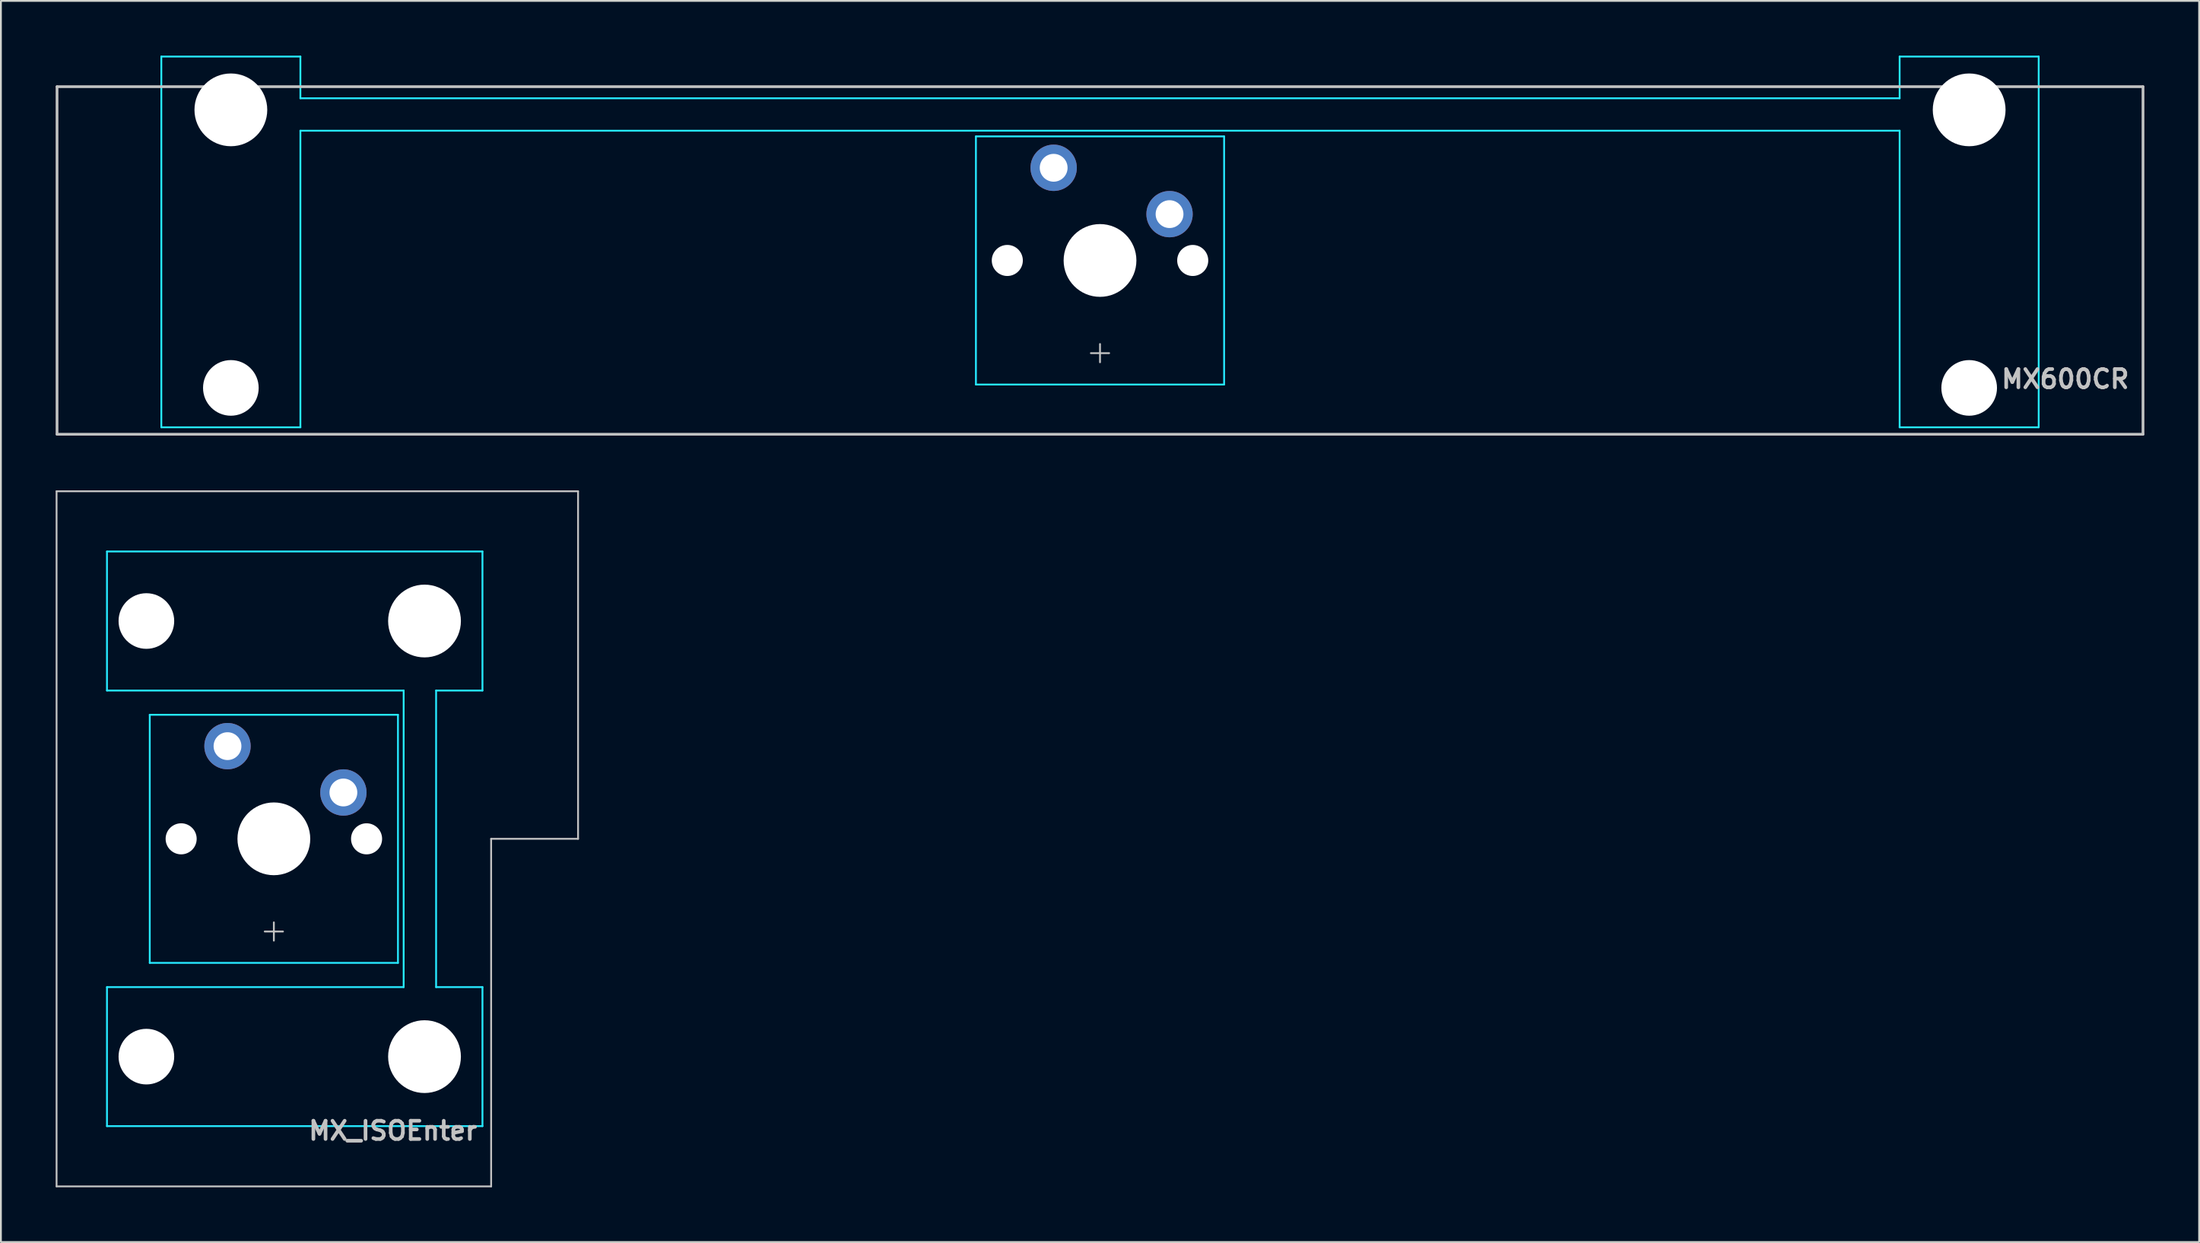
<source format=kicad_pcb>
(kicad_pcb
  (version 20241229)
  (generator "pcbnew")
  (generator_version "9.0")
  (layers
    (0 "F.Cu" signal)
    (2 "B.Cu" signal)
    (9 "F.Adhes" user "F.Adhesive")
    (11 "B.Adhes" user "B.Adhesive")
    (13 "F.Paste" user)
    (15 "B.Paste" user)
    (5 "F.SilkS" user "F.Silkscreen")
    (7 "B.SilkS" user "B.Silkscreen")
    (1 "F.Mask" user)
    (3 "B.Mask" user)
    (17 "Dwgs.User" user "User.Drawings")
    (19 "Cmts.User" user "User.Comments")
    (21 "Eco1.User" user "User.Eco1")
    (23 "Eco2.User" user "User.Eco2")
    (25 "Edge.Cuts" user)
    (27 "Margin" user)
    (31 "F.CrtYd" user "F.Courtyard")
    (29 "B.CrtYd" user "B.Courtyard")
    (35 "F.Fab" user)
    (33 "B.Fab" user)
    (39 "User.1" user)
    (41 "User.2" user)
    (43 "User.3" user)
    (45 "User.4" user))
  (footprint "MX600CR"
    (layer "F.Cu")
    (at 57.225 11.226)
    (property "Reference" "MX600CR" (at 56.5 6.5 0) (layer "Dwgs.User") (effects (font (size 1 1) (thickness 0.2)) (justify right)))
    (attr through_hole)
    (fp_line (start -57.15 -9.525) (end 57.15 -9.525) (stroke (width 0.15) (type solid)) (layer "Dwgs.User"))
    (fp_line (start -57.15 9.525) (end -57.15 -9.525) (stroke (width 0.15) (type solid)) (layer "Dwgs.User"))
    (fp_line (start -57.15 9.525) (end 57.15 9.525) (stroke (width 0.15) (type solid)) (layer "Dwgs.User"))
    (fp_line (start -0.5 5.08) (end 0.5 5.08) (stroke (width 0.1) (type solid)) (layer "Dwgs.User"))
    (fp_line (start 0 5.58) (end 0 4.58) (stroke (width 0.1) (type solid)) (layer "Dwgs.User"))
    (fp_line (start 57.15 -9.525) (end 57.15 9.525) (stroke (width 0.15) (type solid)) (layer "Dwgs.User"))
    (fp_line (start -51.125 -8.515) (end -51.125 5.485) (stroke (width 0.1) (type solid)) (layer "Eco1.User"))
    (fp_line (start -50.625 -9.015) (end -44.625 -9.015) (stroke (width 0.1) (type solid)) (layer "Eco1.User"))
    (fp_line (start -44.625 5.985) (end -50.625 5.985) (stroke (width 0.1) (type solid)) (layer "Eco1.User"))
    (fp_line (start -44.125 5.485) (end -44.125 -8.515) (stroke (width 0.1) (type solid)) (layer "Eco1.User"))
    (fp_line (start -7 -6.5) (end -7 6.5) (stroke (width 0.1) (type solid)) (layer "Eco1.User"))
    (fp_line (start -6.5 7) (end 6.5 7) (stroke (width 0.1) (type solid)) (layer "Eco1.User"))
    (fp_line (start 6.5 -7) (end -6.5 -7) (stroke (width 0.1) (type solid)) (layer "Eco1.User"))
    (fp_line (start 7 6.5) (end 7 -6.5) (stroke (width 0.1) (type solid)) (layer "Eco1.User"))
    (fp_line (start 44.125 -8.515) (end 44.125 5.485) (stroke (width 0.1) (type solid)) (layer "Eco1.User"))
    (fp_line (start 44.625 -9.015) (end 50.625 -9.015) (stroke (width 0.1) (type solid)) (layer "Eco1.User"))
    (fp_line (start 50.625 5.985) (end 44.625 5.985) (stroke (width 0.1) (type solid)) (layer "Eco1.User"))
    (fp_line (start 51.125 5.485) (end 51.125 -8.515) (stroke (width 0.1) (type solid)) (layer "Eco1.User"))
    (fp_arc (start -51.125 -8.515) (mid -50.978553 -8.868553) (end -50.625 -9.015) (stroke (width 0.1) (type solid)) (layer "Eco1.User"))
    (fp_arc (start -50.625 5.985) (mid -50.978553 5.838553) (end -51.125 5.485) (stroke (width 0.1) (type solid)) (layer "Eco1.User"))
    (fp_arc (start -44.625 -9.015) (mid -44.271447 -8.868553) (end -44.125 -8.515) (stroke (width 0.1) (type solid)) (layer "Eco1.User"))
    (fp_arc (start -44.125 5.485) (mid -44.271447 5.838553) (end -44.625 5.985) (stroke (width 0.1) (type solid)) (layer "Eco1.User"))
    (fp_arc (start -7 -6.5) (mid -6.853553 -6.853553) (end -6.5 -7) (stroke (width 0.1) (type solid)) (layer "Eco1.User"))
    (fp_arc (start -6.5 7) (mid -6.853553 6.853553) (end -7 6.5) (stroke (width 0.1) (type solid)) (layer "Eco1.User"))
    (fp_arc (start 6.5 -7) (mid 6.853553 -6.853553) (end 7 -6.5) (stroke (width 0.1) (type solid)) (layer "Eco1.User"))
    (fp_arc (start 7 6.5) (mid 6.853553 6.853553) (end 6.5 7) (stroke (width 0.1) (type solid)) (layer "Eco1.User"))
    (fp_arc (start 44.125 -8.515) (mid 44.271447 -8.868553) (end 44.625 -9.015) (stroke (width 0.1) (type solid)) (layer "Eco1.User"))
    (fp_arc (start 44.625 5.985) (mid 44.271447 5.838553) (end 44.125 5.485) (stroke (width 0.1) (type solid)) (layer "Eco1.User"))
    (fp_arc (start 50.625 -9.015) (mid 50.978553 -8.868553) (end 51.125 -8.515) (stroke (width 0.1) (type solid)) (layer "Eco1.User"))
    (fp_arc (start 51.125 5.485) (mid 50.978553 5.838553) (end 50.625 5.985) (stroke (width 0.1) (type solid)) (layer "Eco1.User"))
    (fp_line (start -51.435 9.144) (end -51.435 -11.176) (stroke (width 0.1) (type solid)) (layer "B.CrtYd"))
    (fp_line (start -43.815 -11.176) (end -51.435 -11.176) (stroke (width 0.1) (type solid)) (layer "B.CrtYd"))
    (fp_line (start -43.815 -8.89) (end -43.815 -11.176) (stroke (width 0.1) (type solid)) (layer "B.CrtYd"))
    (fp_line (start -43.815 -7.112) (end -43.815 9.144) (stroke (width 0.1) (type solid)) (layer "B.CrtYd"))
    (fp_line (start -43.815 9.144) (end -51.435 9.144) (stroke (width 0.1) (type solid)) (layer "B.CrtYd"))
    (fp_line (start -6.8 -6.8) (end -6.8 6.8) (stroke (width 0.1) (type solid)) (layer "B.CrtYd"))
    (fp_line (start -6.8 -6.8) (end 6.8 -6.8) (stroke (width 0.1) (type solid)) (layer "B.CrtYd"))
    (fp_line (start -6.8 6.8) (end 6.8 6.8) (stroke (width 0.1) (type solid)) (layer "B.CrtYd"))
    (fp_line (start 6.8 6.8) (end 6.8 -6.8) (stroke (width 0.1) (type solid)) (layer "B.CrtYd"))
    (fp_line (start 43.815 -8.89) (end -43.815 -8.89) (stroke (width 0.1) (type solid)) (layer "B.CrtYd"))
    (fp_line (start 43.815 -8.89) (end 43.815 -11.176) (stroke (width 0.1) (type solid)) (layer "B.CrtYd"))
    (fp_line (start 43.815 -7.112) (end -43.815 -7.112) (stroke (width 0.1) (type solid)) (layer "B.CrtYd"))
    (fp_line (start 43.815 -7.112) (end 43.815 9.144) (stroke (width 0.1) (type solid)) (layer "B.CrtYd"))
    (fp_line (start 51.435 -11.176) (end 43.815 -11.176) (stroke (width 0.1) (type solid)) (layer "B.CrtYd"))
    (fp_line (start 51.435 9.144) (end 43.815 9.144) (stroke (width 0.1) (type solid)) (layer "B.CrtYd"))
    (fp_line (start 51.435 9.144) (end 51.435 -11.176) (stroke (width 0.1) (type solid)) (layer "B.CrtYd"))
    (pad "" np_thru_hole circle (at -47.625 -8.255) (size 3.988 3.988) (drill 3.988) (layers "*.Cu" "*.Mask"))
    (pad "" np_thru_hole circle (at -47.625 6.985) (size 3.048 3.048) (drill 3.048) (layers "*.Cu" "*.Mask"))
    (pad "" np_thru_hole circle (at -5.08 0) (size 1.702 1.702) (drill 1.702) (layers "*.Cu" "*.Mask"))
    (pad "" connect circle (at -2.54 -5.08) (size 1.524 1.524) (layers "B.Mask"))
    (pad "" np_thru_hole circle (at 0 0) (size 3.988 3.988) (drill 3.988) (layers "*.Cu" "*.Mask"))
    (pad "" connect circle (at 3.81 -2.54) (size 1.524 1.524) (layers "B.Mask"))
    (pad "" np_thru_hole circle (at 5.08 0) (size 1.702 1.702) (drill 1.702) (layers "*.Cu" "*.Mask"))
    (pad "" np_thru_hole circle (at 47.625 -8.255) (size 3.988 3.988) (drill 3.988) (layers "*.Cu" "*.Mask"))
    (pad "" np_thru_hole circle (at 47.625 6.985) (size 3.048 3.048) (drill 3.048) (layers "*.Cu" "*.Mask"))
    (pad "1" thru_hole circle (at -2.54 -5.08) (size 2.54 2.54) (drill 1.524) (layers "*.Cu" "F.Mask"))
    (pad "2" thru_hole circle (at 3.81 -2.54) (size 2.54 2.54) (drill 1.524) (layers "*.Cu" "F.Mask")))
  (footprint "MX_ISOEnter"
    (layer "F.Cu")
    (at 11.956 42.926)
    (property "Reference" "MX_ISOEnter" (at 11.25 16 0) (layer "Dwgs.User") (effects (font (size 1 1) (thickness 0.2)) (justify right)))
    (attr through_hole)
    (fp_line (start -11.906 19.05) (end -11.906 -19.05) (stroke (width 0.1) (type solid)) (layer "Dwgs.User"))
    (fp_line (start -0.5 5.08) (end 0.5 5.08) (stroke (width 0.1) (type solid)) (layer "Dwgs.User"))
    (fp_line (start 0 5.58) (end 0 4.58) (stroke (width 0.1) (type solid)) (layer "Dwgs.User"))
    (fp_line (start 11.906 19.05) (end -11.906 19.05) (stroke (width 0.1) (type solid)) (layer "Dwgs.User"))
    (fp_line (start 11.906 19.05) (end 11.906 0) (stroke (width 0.1) (type solid)) (layer "Dwgs.User"))
    (fp_line (start 16.669 -19.05) (end -11.906 -19.05) (stroke (width 0.1) (type solid)) (layer "Dwgs.User"))
    (fp_line (start 16.669 0) (end 11.906 0) (stroke (width 0.1) (type solid)) (layer "Dwgs.User"))
    (fp_line (start 16.669 0) (end 16.669 -19.05) (stroke (width 0.1) (type solid)) (layer "Dwgs.User"))
    (fp_line (start -7 -6.5) (end -7 6.5) (stroke (width 0.1) (type solid)) (layer "Eco1.User"))
    (fp_line (start -6.5 7) (end 6.5 7) (stroke (width 0.1) (type solid)) (layer "Eco1.User"))
    (fp_line (start -5.985 -8.938) (end -5.985 -14.938) (stroke (width 0.1) (type solid)) (layer "Eco1.User"))
    (fp_line (start -5.985 14.938) (end -5.985 8.938) (stroke (width 0.1) (type solid)) (layer "Eco1.User"))
    (fp_line (start -5.485 -8.438) (end 8.515 -8.438) (stroke (width 0.1) (type solid)) (layer "Eco1.User"))
    (fp_line (start -5.485 15.438) (end 8.515 15.438) (stroke (width 0.1) (type solid)) (layer "Eco1.User"))
    (fp_line (start 6.5 -7) (end -6.5 -7) (stroke (width 0.1) (type solid)) (layer "Eco1.User"))
    (fp_line (start 7 6.5) (end 7 -6.5) (stroke (width 0.1) (type solid)) (layer "Eco1.User"))
    (fp_line (start 8.515 -15.438) (end -5.485 -15.438) (stroke (width 0.1) (type solid)) (layer "Eco1.User"))
    (fp_line (start 8.515 8.438) (end -5.485 8.438) (stroke (width 0.1) (type solid)) (layer "Eco1.User"))
    (fp_line (start 9.015 -14.938) (end 9.015 -8.938) (stroke (width 0.1) (type solid)) (layer "Eco1.User"))
    (fp_line (start 9.015 8.938) (end 9.015 14.938) (stroke (width 0.1) (type solid)) (layer "Eco1.User"))
    (fp_arc (start -7 -6.5) (mid -6.853553 -6.853553) (end -6.5 -7) (stroke (width 0.1) (type solid)) (layer "Eco1.User"))
    (fp_arc (start -6.5 7) (mid -6.853553 6.853553) (end -7 6.5) (stroke (width 0.1) (type solid)) (layer "Eco1.User"))
    (fp_arc (start -5.985 -14.938) (mid -5.838553 -15.291553) (end -5.485 -15.438) (stroke (width 0.1) (type solid)) (layer "Eco1.User"))
    (fp_arc (start -5.985 8.938) (mid -5.838553 8.584447) (end -5.485 8.438) (stroke (width 0.1) (type solid)) (layer "Eco1.User"))
    (fp_arc (start -5.485 -8.438) (mid -5.838553 -8.584447) (end -5.985 -8.938) (stroke (width 0.1) (type solid)) (layer "Eco1.User"))
    (fp_arc (start -5.485 15.438) (mid -5.838553 15.291553) (end -5.985 14.938) (stroke (width 0.1) (type solid)) (layer "Eco1.User"))
    (fp_arc (start 6.5 -7) (mid 6.853553 -6.853553) (end 7 -6.5) (stroke (width 0.1) (type solid)) (layer "Eco1.User"))
    (fp_arc (start 7 6.5) (mid 6.853553 6.853553) (end 6.5 7) (stroke (width 0.1) (type solid)) (layer "Eco1.User"))
    (fp_arc (start 8.515 -15.438) (mid 8.868553 -15.291553) (end 9.015 -14.938) (stroke (width 0.1) (type solid)) (layer "Eco1.User"))
    (fp_arc (start 8.515 8.438) (mid 8.868553 8.584447) (end 9.015 8.938) (stroke (width 0.1) (type solid)) (layer "Eco1.User"))
    (fp_arc (start 9.015 -8.938) (mid 8.868553 -8.584447) (end 8.515 -8.438) (stroke (width 0.1) (type solid)) (layer "Eco1.User"))
    (fp_arc (start 9.015 14.938) (mid 8.868553 15.291553) (end 8.515 15.438) (stroke (width 0.1) (type solid)) (layer "Eco1.User"))
    (fp_line (start -9.144 -15.748) (end 11.43 -15.748) (stroke (width 0.1) (type solid)) (layer "B.CrtYd"))
    (fp_line (start -9.144 -8.128) (end -9.144 -15.748) (stroke (width 0.1) (type solid)) (layer "B.CrtYd"))
    (fp_line (start -9.144 -8.128) (end 7.112 -8.128) (stroke (width 0.1) (type solid)) (layer "B.CrtYd"))
    (fp_line (start -9.144 8.128) (end 7.112 8.128) (stroke (width 0.1) (type solid)) (layer "B.CrtYd"))
    (fp_line (start -9.144 15.748) (end -9.144 8.128) (stroke (width 0.1) (type solid)) (layer "B.CrtYd"))
    (fp_line (start -6.8 6.8) (end -6.8 -6.8) (stroke (width 0.1) (type solid)) (layer "B.CrtYd"))
    (fp_line (start 6.8 -6.8) (end -6.8 -6.8) (stroke (width 0.1) (type solid)) (layer "B.CrtYd"))
    (fp_line (start 6.8 6.8) (end -6.8 6.8) (stroke (width 0.1) (type solid)) (layer "B.CrtYd"))
    (fp_line (start 6.8 6.8) (end 6.8 -6.8) (stroke (width 0.1) (type solid)) (layer "B.CrtYd"))
    (fp_line (start 7.112 8.128) (end 7.112 -8.128) (stroke (width 0.1) (type solid)) (layer "B.CrtYd"))
    (fp_line (start 8.89 8.128) (end 8.89 -8.128) (stroke (width 0.1) (type solid)) (layer "B.CrtYd"))
    (fp_line (start 11.43 -15.748) (end 11.43 -8.128) (stroke (width 0.1) (type solid)) (layer "B.CrtYd"))
    (fp_line (start 11.43 -8.128) (end 8.89 -8.128) (stroke (width 0.1) (type solid)) (layer "B.CrtYd"))
    (fp_line (start 11.43 8.128) (end 8.89 8.128) (stroke (width 0.1) (type solid)) (layer "B.CrtYd"))
    (fp_line (start 11.43 8.128) (end 11.43 15.748) (stroke (width 0.1) (type solid)) (layer "B.CrtYd"))
    (fp_line (start 11.43 15.748) (end -9.144 15.748) (stroke (width 0.1) (type solid)) (layer "B.CrtYd"))
    (pad "" np_thru_hole circle (at -6.985 -11.938 90) (size 3.048 3.048) (drill 3.048) (layers "*.Cu" "*.Mask"))
    (pad "" np_thru_hole circle (at -6.985 11.938 90) (size 3.048 3.048) (drill 3.048) (layers "*.Cu" "*.Mask"))
    (pad "" np_thru_hole circle (at -5.08 0) (size 1.702 1.702) (drill 1.702) (layers "*.Cu" "*.Mask"))
    (pad "" connect circle (at -2.54 -5.08) (size 1.524 1.524) (layers "B.Mask"))
    (pad "" np_thru_hole circle (at 0 0) (size 3.988 3.988) (drill 3.988) (layers "*.Cu" "*.Mask"))
    (pad "" connect circle (at 3.81 -2.54) (size 1.524 1.524) (layers "B.Mask"))
    (pad "" np_thru_hole circle (at 5.08 0) (size 1.702 1.702) (drill 1.702) (layers "*.Cu" "*.Mask"))
    (pad "" np_thru_hole circle (at 8.255 -11.938 90) (size 3.988 3.988) (drill 3.988) (layers "*.Cu" "*.Mask"))
    (pad "" np_thru_hole circle (at 8.255 11.938 90) (size 3.988 3.988) (drill 3.988) (layers "*.Cu" "*.Mask"))
    (pad "1" thru_hole circle (at -2.54 -5.08) (size 2.54 2.54) (drill 1.524) (layers "*.Cu" "F.Mask"))
    (pad "2" thru_hole circle (at 3.81 -2.54) (size 2.54 2.54) (drill 1.524) (layers "*.Cu" "F.Mask")))
  (gr_rect
    (start -3 -3)
    (end 117.45 65.026)
    (stroke (width 0.1) (type default))
    (fill no)
    (layer "Edge.Cuts")))
</source>
